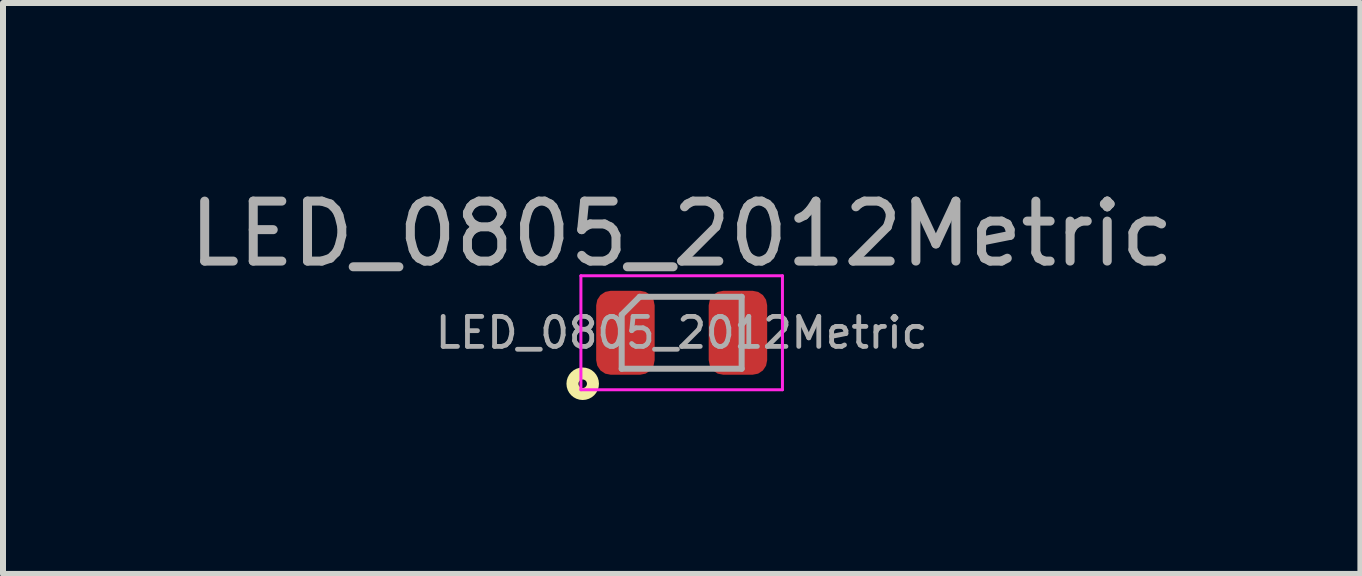
<source format=kicad_pcb>
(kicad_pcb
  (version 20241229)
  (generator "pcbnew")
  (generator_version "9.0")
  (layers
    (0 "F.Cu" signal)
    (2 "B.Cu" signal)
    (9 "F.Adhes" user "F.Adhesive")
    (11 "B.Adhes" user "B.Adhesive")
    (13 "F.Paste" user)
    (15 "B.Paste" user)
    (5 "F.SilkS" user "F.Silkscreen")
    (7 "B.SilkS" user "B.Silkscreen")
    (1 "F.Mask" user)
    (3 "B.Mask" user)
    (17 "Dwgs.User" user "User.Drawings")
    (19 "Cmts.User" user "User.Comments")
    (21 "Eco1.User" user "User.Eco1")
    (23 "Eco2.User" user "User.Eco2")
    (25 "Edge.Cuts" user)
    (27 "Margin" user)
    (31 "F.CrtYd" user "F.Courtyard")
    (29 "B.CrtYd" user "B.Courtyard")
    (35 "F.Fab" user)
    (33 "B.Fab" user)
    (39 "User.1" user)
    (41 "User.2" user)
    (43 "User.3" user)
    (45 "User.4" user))
  (footprint "LED_0805_2012Metric"
    (layer "F.Cu")
    (at 8.315 2.498)
    (property "Reference" "LED_0805_2012Metric" (at 0 -1.65 0) (layer "F.Fab") (effects (font (size 1 1) (thickness 0.15))))
    (attr smd)
    (fp_circle (center -1.65 0.85) (end -1.579 0.85) (stroke (width 0.2) (type solid)) (fill no) (layer "F.SilkS"))
    (fp_line (start -1.68 -0.95) (end 1.68 -0.95) (stroke (width 0.05) (type solid)) (layer "F.CrtYd"))
    (fp_line (start -1.68 0.95) (end -1.68 -0.95) (stroke (width 0.05) (type solid)) (layer "F.CrtYd"))
    (fp_line (start 1.68 -0.95) (end 1.68 0.95) (stroke (width 0.05) (type solid)) (layer "F.CrtYd"))
    (fp_line (start 1.68 0.95) (end -1.68 0.95) (stroke (width 0.05) (type solid)) (layer "F.CrtYd"))
    (fp_line (start -1 -0.3) (end -1 0.6) (stroke (width 0.1) (type solid)) (layer "F.Fab"))
    (fp_line (start -1 0.6) (end 1 0.6) (stroke (width 0.1) (type solid)) (layer "F.Fab"))
    (fp_line (start -0.7 -0.6) (end -1 -0.3) (stroke (width 0.1) (type solid)) (layer "F.Fab"))
    (fp_line (start 1 -0.6) (end -0.7 -0.6) (stroke (width 0.1) (type solid)) (layer "F.Fab"))
    (fp_line (start 1 0.6) (end 1 -0.6) (stroke (width 0.1) (type solid)) (layer "F.Fab"))
    (fp_text user "${REFERENCE}" (at 0 0 0) (layer "F.Fab") (effects (font (size 0.5 0.5) (thickness 0.08))))
    (pad "1" smd roundrect (at -0.938 0) (size 0.975 1.4) (layers "F.Cu" "F.Mask" "F.Paste") (roundrect_rratio 0.25))
    (pad "2" smd roundrect (at 0.938 0) (size 0.975 1.4) (layers "F.Cu" "F.Mask" "F.Paste") (roundrect_rratio 0.25)))
  (gr_rect
    (start -3 -3)
    (end 19.631 6.519)
    (stroke (width 0.1) (type default))
    (fill no)
    (layer "Edge.Cuts")))
</source>
